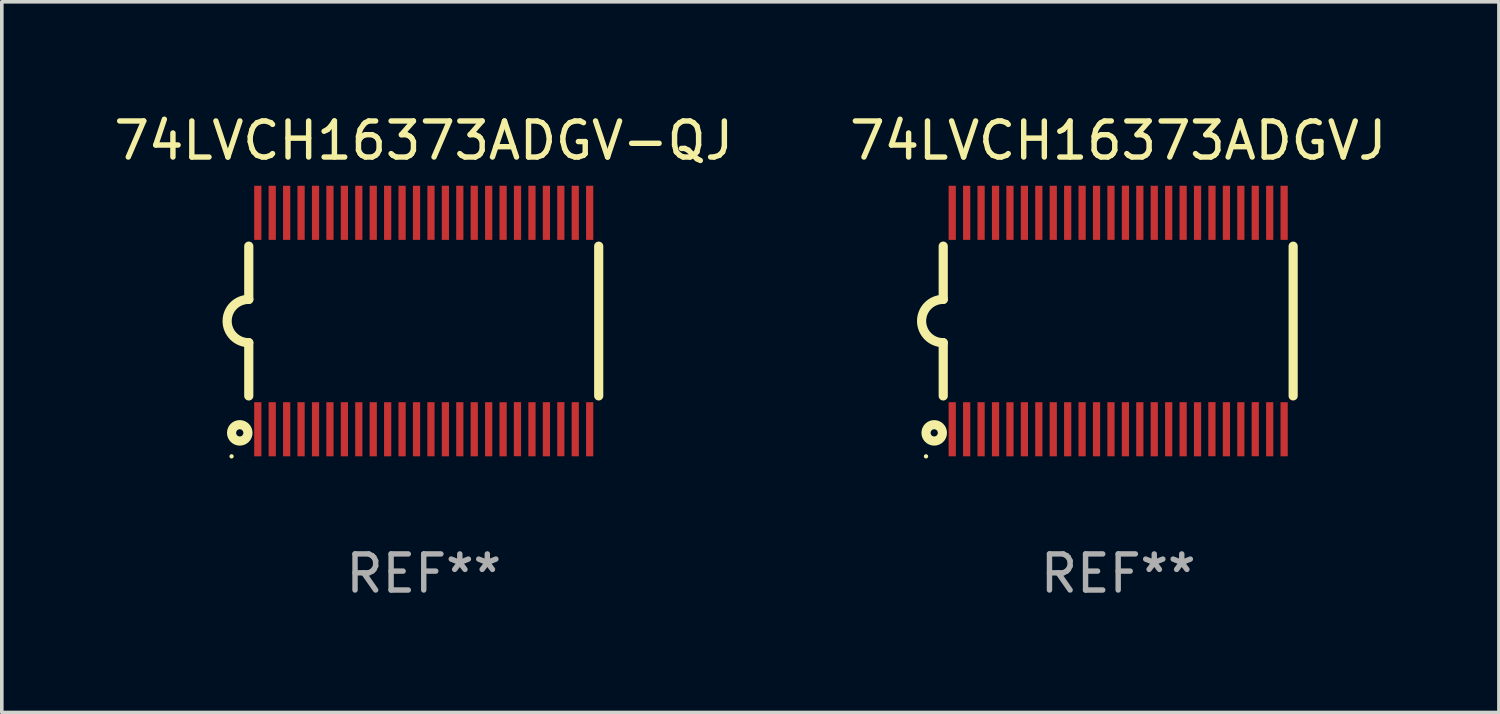
<source format=kicad_pcb>
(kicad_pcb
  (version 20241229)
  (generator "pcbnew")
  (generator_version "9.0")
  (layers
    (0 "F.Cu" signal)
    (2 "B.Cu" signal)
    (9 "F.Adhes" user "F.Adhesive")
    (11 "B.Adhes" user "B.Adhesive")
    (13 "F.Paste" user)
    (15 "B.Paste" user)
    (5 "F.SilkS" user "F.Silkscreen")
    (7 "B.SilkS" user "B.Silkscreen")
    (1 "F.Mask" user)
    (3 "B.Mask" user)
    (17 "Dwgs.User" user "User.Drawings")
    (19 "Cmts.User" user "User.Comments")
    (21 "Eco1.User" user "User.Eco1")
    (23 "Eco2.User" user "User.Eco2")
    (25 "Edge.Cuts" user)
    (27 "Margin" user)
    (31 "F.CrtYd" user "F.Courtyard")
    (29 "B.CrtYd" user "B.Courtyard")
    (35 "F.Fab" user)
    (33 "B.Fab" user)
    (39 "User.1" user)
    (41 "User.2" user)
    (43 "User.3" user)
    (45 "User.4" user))
  (footprint "74LVCH16373ADGV-QJ"
    (layer "F.Cu")
    (at 8.696 5.849)
    (property "Reference" "74LVCH16373ADGV-QJ" (at 0 -5.001 0) (layer "F.SilkS") (effects (font (size 1 1) (thickness 0.15))))
    (attr through_hole)
    (fp_line (start -4.85 -2.076) (end -4.85 -0.6) (stroke (width 0.254) (type solid)) (layer "F.SilkS"))
    (fp_line (start -4.85 2.076) (end -4.85 0.6) (stroke (width 0.254) (type solid)) (layer "F.SilkS"))
    (fp_line (start 4.85 -2.075) (end 4.85 2.075) (stroke (width 0.254) (type solid)) (layer "F.SilkS"))
    (fp_arc (start -4.850013 0.6) (mid -5.449099 -0.0008) (end -4.848869 -0.600457) (stroke (width 0.254001) (type solid)) (layer "F.SilkS"))
    (fp_circle (center -5.327 3.751) (end -5.297 3.751) (stroke (width 0.06) (type solid)) (fill no) (layer "F.SilkS"))
    (fp_circle (center -5.1 3.1) (end -5 3.1) (stroke (width 0.254) (type solid)) (fill no) (layer "F.SilkS"))
    (fp_text user "REF**" (at 0 7.001 0) (layer "F.Fab") (effects (font (size 1 1) (thickness 0.15))))
    (pad "1" smd rect (at -4.6 3) (size 0.2 1.5) (layers "F.Cu" "F.Mask" "F.Paste"))
    (pad "2" smd rect (at -4.2 3) (size 0.2 1.5) (layers "F.Cu" "F.Mask" "F.Paste"))
    (pad "3" smd rect (at -3.8 3) (size 0.2 1.5) (layers "F.Cu" "F.Mask" "F.Paste"))
    (pad "4" smd rect (at -3.4 3) (size 0.2 1.5) (layers "F.Cu" "F.Mask" "F.Paste"))
    (pad "5" smd rect (at -3 3.001) (size 0.2 1.5) (layers "F.Cu" "F.Mask" "F.Paste"))
    (pad "6" smd rect (at -2.6 3) (size 0.2 1.5) (layers "F.Cu" "F.Mask" "F.Paste"))
    (pad "7" smd rect (at -2.2 3) (size 0.2 1.5) (layers "F.Cu" "F.Mask" "F.Paste"))
    (pad "8" smd rect (at -1.8 3) (size 0.2 1.5) (layers "F.Cu" "F.Mask" "F.Paste"))
    (pad "9" smd rect (at -1.4 3) (size 0.2 1.5) (layers "F.Cu" "F.Mask" "F.Paste"))
    (pad "10" smd rect (at -1 3) (size 0.2 1.5) (layers "F.Cu" "F.Mask" "F.Paste"))
    (pad "11" smd rect (at -0.6 3) (size 0.2 1.5) (layers "F.Cu" "F.Mask" "F.Paste"))
    (pad "12" smd rect (at -0.2 3) (size 0.2 1.5) (layers "F.Cu" "F.Mask" "F.Paste"))
    (pad "13" smd rect (at 0.2 3) (size 0.2 1.5) (layers "F.Cu" "F.Mask" "F.Paste"))
    (pad "14" smd rect (at 0.6 3) (size 0.2 1.5) (layers "F.Cu" "F.Mask" "F.Paste"))
    (pad "15" smd rect (at 1 3) (size 0.2 1.5) (layers "F.Cu" "F.Mask" "F.Paste"))
    (pad "16" smd rect (at 1.4 3) (size 0.2 1.5) (layers "F.Cu" "F.Mask" "F.Paste"))
    (pad "17" smd rect (at 1.8 3) (size 0.2 1.5) (layers "F.Cu" "F.Mask" "F.Paste"))
    (pad "18" smd rect (at 2.2 3.001) (size 0.2 1.5) (layers "F.Cu" "F.Mask" "F.Paste"))
    (pad "19" smd rect (at 2.598 2.998) (size 0.2 1.5) (layers "F.Cu" "F.Mask" "F.Paste"))
    (pad "20" smd rect (at 3 3) (size 0.2 1.5) (layers "F.Cu" "F.Mask" "F.Paste"))
    (pad "21" smd rect (at 3.4 3) (size 0.2 1.5) (layers "F.Cu" "F.Mask" "F.Paste"))
    (pad "22" smd rect (at 3.8 2.998) (size 0.2 1.5) (layers "F.Cu" "F.Mask" "F.Paste"))
    (pad "23" smd rect (at 4.2 3) (size 0.2 1.5) (layers "F.Cu" "F.Mask" "F.Paste"))
    (pad "24" smd rect (at 4.6 3) (size 0.2 1.5) (layers "F.Cu" "F.Mask" "F.Paste"))
    (pad "25" smd rect (at 4.6 -3) (size 0.2 1.5) (layers "F.Cu" "F.Mask" "F.Paste"))
    (pad "26" smd rect (at 4.2 -3) (size 0.2 1.5) (layers "F.Cu" "F.Mask" "F.Paste"))
    (pad "27" smd rect (at 3.8 -3) (size 0.2 1.5) (layers "F.Cu" "F.Mask" "F.Paste"))
    (pad "28" smd rect (at 3.4 -3) (size 0.2 1.5) (layers "F.Cu" "F.Mask" "F.Paste"))
    (pad "29" smd rect (at 3 -3) (size 0.2 1.5) (layers "F.Cu" "F.Mask" "F.Paste"))
    (pad "30" smd rect (at 2.6 -3) (size 0.2 1.5) (layers "F.Cu" "F.Mask" "F.Paste"))
    (pad "31" smd rect (at 2.2 -3) (size 0.2 1.5) (layers "F.Cu" "F.Mask" "F.Paste"))
    (pad "32" smd rect (at 1.8 -3) (size 0.2 1.5) (layers "F.Cu" "F.Mask" "F.Paste"))
    (pad "33" smd rect (at 1.4 -3) (size 0.2 1.5) (layers "F.Cu" "F.Mask" "F.Paste"))
    (pad "34" smd rect (at 1 -3) (size 0.2 1.5) (layers "F.Cu" "F.Mask" "F.Paste"))
    (pad "35" smd rect (at 0.6 -3) (size 0.2 1.5) (layers "F.Cu" "F.Mask" "F.Paste"))
    (pad "36" smd rect (at 0.201 -3.001) (size 0.2 1.5) (layers "F.Cu" "F.Mask" "F.Paste"))
    (pad "37" smd rect (at -0.2 -3) (size 0.2 1.5) (layers "F.Cu" "F.Mask" "F.Paste"))
    (pad "38" smd rect (at -0.6 -3) (size 0.2 1.5) (layers "F.Cu" "F.Mask" "F.Paste"))
    (pad "39" smd rect (at -1 -3) (size 0.2 1.5) (layers "F.Cu" "F.Mask" "F.Paste"))
    (pad "40" smd rect (at -1.4 -3) (size 0.2 1.5) (layers "F.Cu" "F.Mask" "F.Paste"))
    (pad "41" smd rect (at -1.8 -3) (size 0.2 1.5) (layers "F.Cu" "F.Mask" "F.Paste"))
    (pad "42" smd rect (at -2.2 -3) (size 0.2 1.5) (layers "F.Cu" "F.Mask" "F.Paste"))
    (pad "43" smd rect (at -2.6 -3) (size 0.2 1.5) (layers "F.Cu" "F.Mask" "F.Paste"))
    (pad "44" smd rect (at -3 -3) (size 0.2 1.5) (layers "F.Cu" "F.Mask" "F.Paste"))
    (pad "45" smd rect (at -3.4 -3) (size 0.2 1.5) (layers "F.Cu" "F.Mask" "F.Paste"))
    (pad "46" smd rect (at -3.8 -3) (size 0.2 1.5) (layers "F.Cu" "F.Mask" "F.Paste"))
    (pad "47" smd rect (at -4.2 -3) (size 0.2 1.5) (layers "F.Cu" "F.Mask" "F.Paste"))
    (pad "48" smd rect (at -4.6 -3) (size 0.2 1.5) (layers "F.Cu" "F.Mask" "F.Paste")))
  (footprint "74LVCH16373ADGVJ"
    (layer "F.Cu")
    (at 27.946 5.849)
    (property "Reference" "74LVCH16373ADGVJ" (at 0 -5.001 0) (layer "F.SilkS") (effects (font (size 1 1) (thickness 0.15))))
    (attr through_hole)
    (fp_line (start -4.85 -2.076) (end -4.85 -0.6) (stroke (width 0.254) (type solid)) (layer "F.SilkS"))
    (fp_line (start -4.85 2.076) (end -4.85 0.6) (stroke (width 0.254) (type solid)) (layer "F.SilkS"))
    (fp_line (start 4.85 -2.075) (end 4.85 2.075) (stroke (width 0.254) (type solid)) (layer "F.SilkS"))
    (fp_arc (start -4.850013 0.6) (mid -5.449099 -0.0008) (end -4.848869 -0.600457) (stroke (width 0.254001) (type solid)) (layer "F.SilkS"))
    (fp_circle (center -5.327 3.751) (end -5.297 3.751) (stroke (width 0.06) (type solid)) (fill no) (layer "F.SilkS"))
    (fp_circle (center -5.1 3.1) (end -5 3.1) (stroke (width 0.254) (type solid)) (fill no) (layer "F.SilkS"))
    (fp_text user "REF**" (at 0 7.001 0) (layer "F.Fab") (effects (font (size 1 1) (thickness 0.15))))
    (pad "1" smd rect (at -4.6 3) (size 0.2 1.5) (layers "F.Cu" "F.Mask" "F.Paste"))
    (pad "2" smd rect (at -4.2 3) (size 0.2 1.5) (layers "F.Cu" "F.Mask" "F.Paste"))
    (pad "3" smd rect (at -3.8 3) (size 0.2 1.5) (layers "F.Cu" "F.Mask" "F.Paste"))
    (pad "4" smd rect (at -3.4 3) (size 0.2 1.5) (layers "F.Cu" "F.Mask" "F.Paste"))
    (pad "5" smd rect (at -3 3.001) (size 0.2 1.5) (layers "F.Cu" "F.Mask" "F.Paste"))
    (pad "6" smd rect (at -2.6 3) (size 0.2 1.5) (layers "F.Cu" "F.Mask" "F.Paste"))
    (pad "7" smd rect (at -2.2 3) (size 0.2 1.5) (layers "F.Cu" "F.Mask" "F.Paste"))
    (pad "8" smd rect (at -1.8 3) (size 0.2 1.5) (layers "F.Cu" "F.Mask" "F.Paste"))
    (pad "9" smd rect (at -1.4 3) (size 0.2 1.5) (layers "F.Cu" "F.Mask" "F.Paste"))
    (pad "10" smd rect (at -1 3) (size 0.2 1.5) (layers "F.Cu" "F.Mask" "F.Paste"))
    (pad "11" smd rect (at -0.6 3) (size 0.2 1.5) (layers "F.Cu" "F.Mask" "F.Paste"))
    (pad "12" smd rect (at -0.2 3) (size 0.2 1.5) (layers "F.Cu" "F.Mask" "F.Paste"))
    (pad "13" smd rect (at 0.2 3) (size 0.2 1.5) (layers "F.Cu" "F.Mask" "F.Paste"))
    (pad "14" smd rect (at 0.6 3) (size 0.2 1.5) (layers "F.Cu" "F.Mask" "F.Paste"))
    (pad "15" smd rect (at 1 3) (size 0.2 1.5) (layers "F.Cu" "F.Mask" "F.Paste"))
    (pad "16" smd rect (at 1.4 3) (size 0.2 1.5) (layers "F.Cu" "F.Mask" "F.Paste"))
    (pad "17" smd rect (at 1.8 3) (size 0.2 1.5) (layers "F.Cu" "F.Mask" "F.Paste"))
    (pad "18" smd rect (at 2.2 3.001) (size 0.2 1.5) (layers "F.Cu" "F.Mask" "F.Paste"))
    (pad "19" smd rect (at 2.598 2.998) (size 0.2 1.5) (layers "F.Cu" "F.Mask" "F.Paste"))
    (pad "20" smd rect (at 3 3) (size 0.2 1.5) (layers "F.Cu" "F.Mask" "F.Paste"))
    (pad "21" smd rect (at 3.4 3) (size 0.2 1.5) (layers "F.Cu" "F.Mask" "F.Paste"))
    (pad "22" smd rect (at 3.8 2.998) (size 0.2 1.5) (layers "F.Cu" "F.Mask" "F.Paste"))
    (pad "23" smd rect (at 4.2 3) (size 0.2 1.5) (layers "F.Cu" "F.Mask" "F.Paste"))
    (pad "24" smd rect (at 4.6 3) (size 0.2 1.5) (layers "F.Cu" "F.Mask" "F.Paste"))
    (pad "25" smd rect (at 4.6 -3) (size 0.2 1.5) (layers "F.Cu" "F.Mask" "F.Paste"))
    (pad "26" smd rect (at 4.2 -3) (size 0.2 1.5) (layers "F.Cu" "F.Mask" "F.Paste"))
    (pad "27" smd rect (at 3.8 -3) (size 0.2 1.5) (layers "F.Cu" "F.Mask" "F.Paste"))
    (pad "28" smd rect (at 3.4 -3) (size 0.2 1.5) (layers "F.Cu" "F.Mask" "F.Paste"))
    (pad "29" smd rect (at 3 -3) (size 0.2 1.5) (layers "F.Cu" "F.Mask" "F.Paste"))
    (pad "30" smd rect (at 2.6 -3) (size 0.2 1.5) (layers "F.Cu" "F.Mask" "F.Paste"))
    (pad "31" smd rect (at 2.2 -3) (size 0.2 1.5) (layers "F.Cu" "F.Mask" "F.Paste"))
    (pad "32" smd rect (at 1.8 -3) (size 0.2 1.5) (layers "F.Cu" "F.Mask" "F.Paste"))
    (pad "33" smd rect (at 1.4 -3) (size 0.2 1.5) (layers "F.Cu" "F.Mask" "F.Paste"))
    (pad "34" smd rect (at 1 -3) (size 0.2 1.5) (layers "F.Cu" "F.Mask" "F.Paste"))
    (pad "35" smd rect (at 0.6 -3) (size 0.2 1.5) (layers "F.Cu" "F.Mask" "F.Paste"))
    (pad "36" smd rect (at 0.201 -3.001) (size 0.2 1.5) (layers "F.Cu" "F.Mask" "F.Paste"))
    (pad "37" smd rect (at -0.2 -3) (size 0.2 1.5) (layers "F.Cu" "F.Mask" "F.Paste"))
    (pad "38" smd rect (at -0.6 -3) (size 0.2 1.5) (layers "F.Cu" "F.Mask" "F.Paste"))
    (pad "39" smd rect (at -1 -3) (size 0.2 1.5) (layers "F.Cu" "F.Mask" "F.Paste"))
    (pad "40" smd rect (at -1.4 -3) (size 0.2 1.5) (layers "F.Cu" "F.Mask" "F.Paste"))
    (pad "41" smd rect (at -1.8 -3) (size 0.2 1.5) (layers "F.Cu" "F.Mask" "F.Paste"))
    (pad "42" smd rect (at -2.2 -3) (size 0.2 1.5) (layers "F.Cu" "F.Mask" "F.Paste"))
    (pad "43" smd rect (at -2.6 -3) (size 0.2 1.5) (layers "F.Cu" "F.Mask" "F.Paste"))
    (pad "44" smd rect (at -3 -3) (size 0.2 1.5) (layers "F.Cu" "F.Mask" "F.Paste"))
    (pad "45" smd rect (at -3.4 -3) (size 0.2 1.5) (layers "F.Cu" "F.Mask" "F.Paste"))
    (pad "46" smd rect (at -3.8 -3) (size 0.2 1.5) (layers "F.Cu" "F.Mask" "F.Paste"))
    (pad "47" smd rect (at -4.2 -3) (size 0.2 1.5) (layers "F.Cu" "F.Mask" "F.Paste"))
    (pad "48" smd rect (at -4.6 -3) (size 0.2 1.5) (layers "F.Cu" "F.Mask" "F.Paste")))
  (gr_rect
    (start -3 -3)
    (end 38.5 16.699)
    (stroke (width 0.1) (type default))
    (fill no)
    (layer "Edge.Cuts")))
</source>
